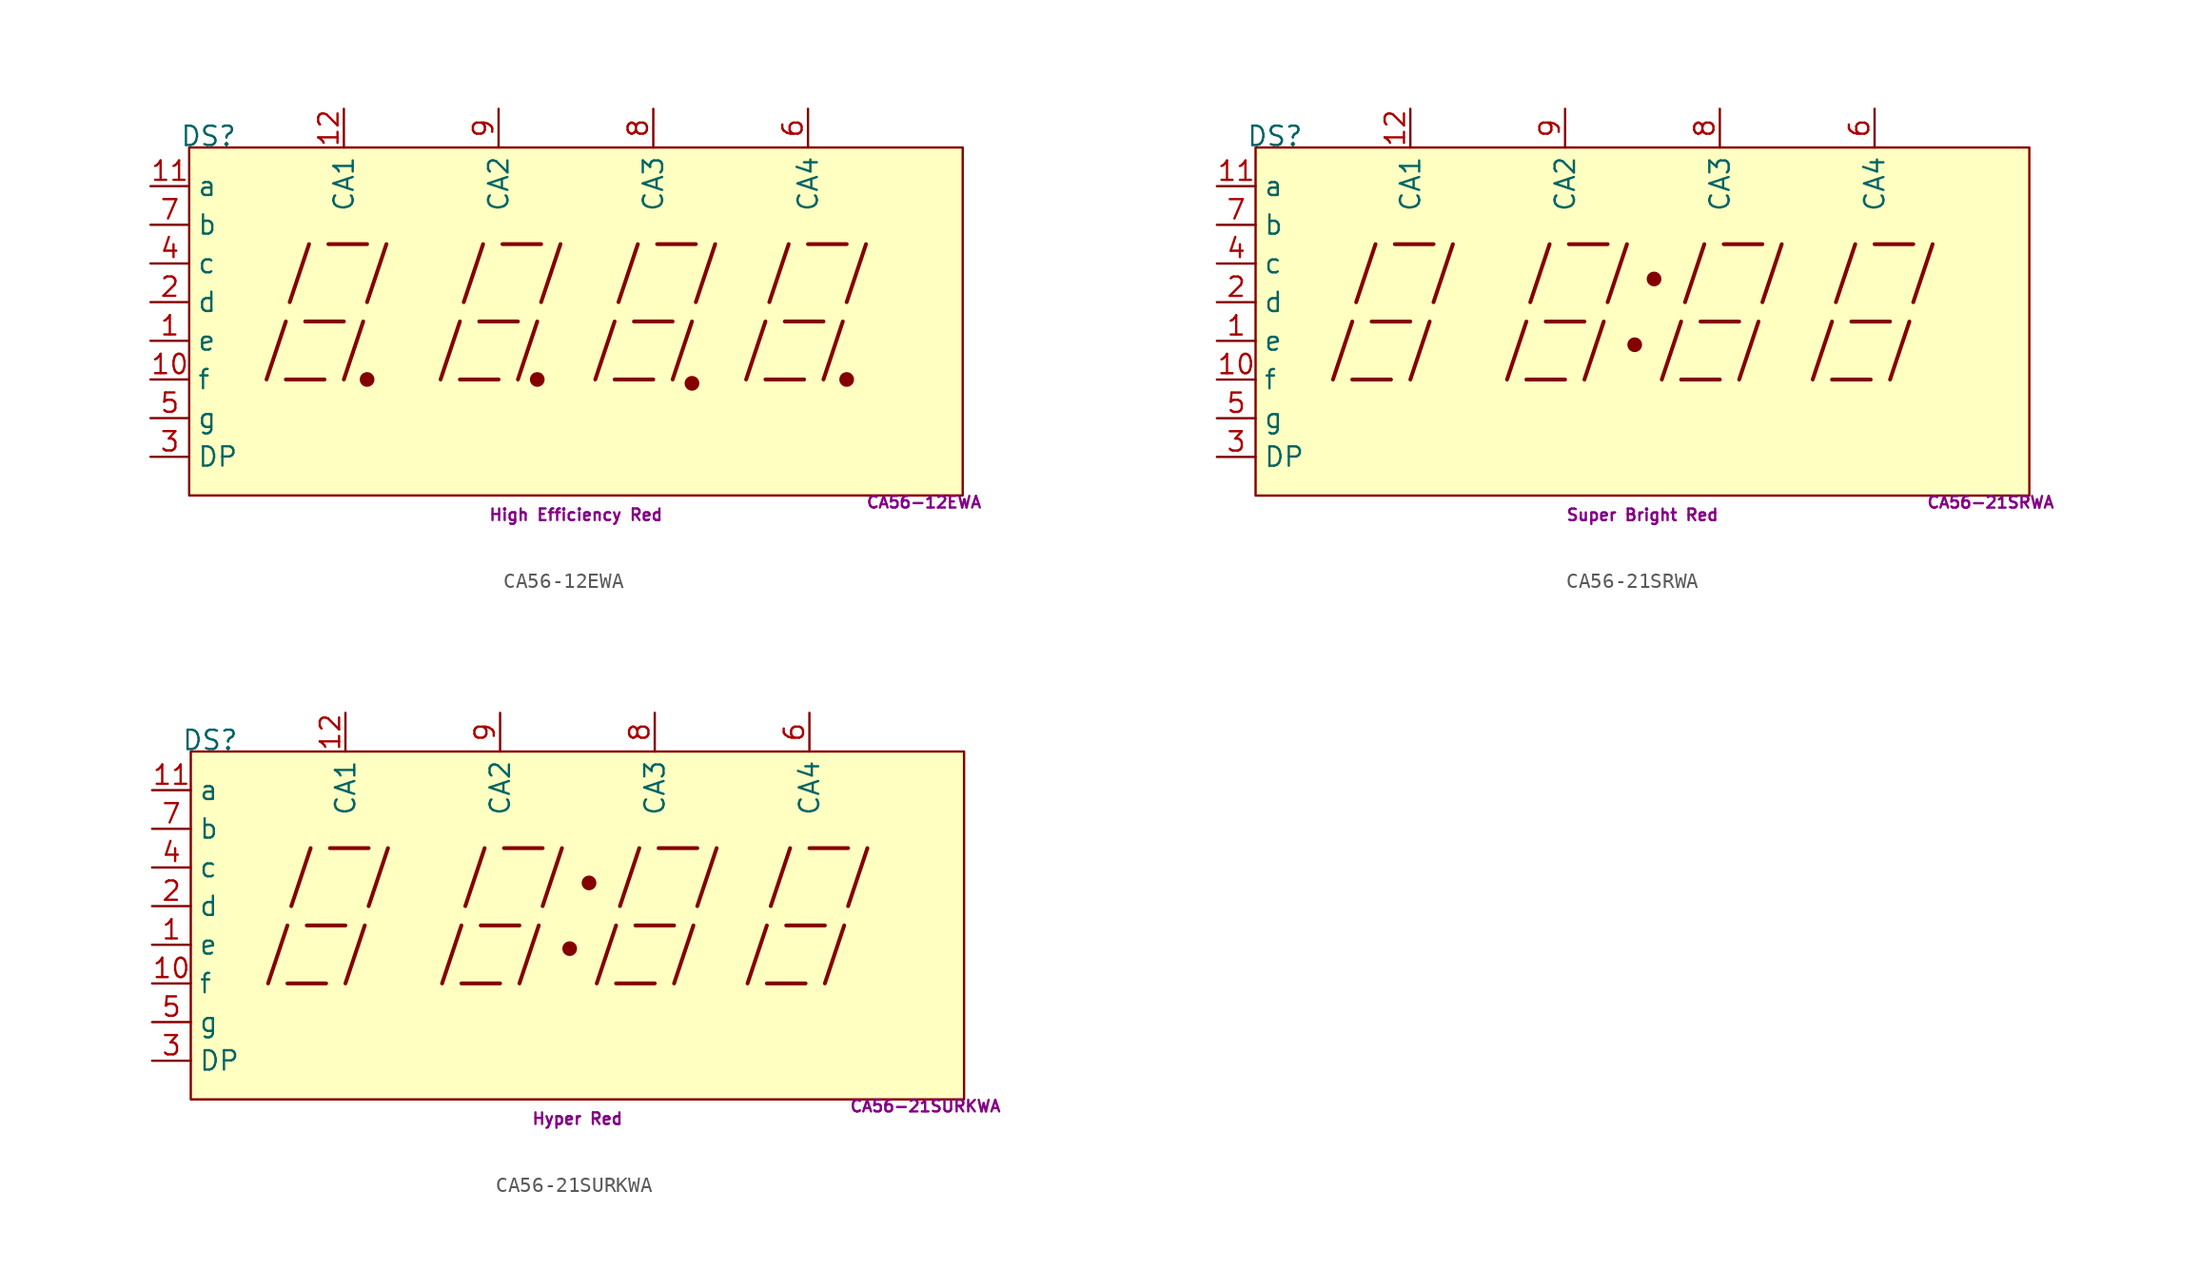
<source format=kicad_sym>
(kicad_symbol_lib
  (version 20211014)
  (generator kicad_symbol_editor)
  (symbol "CA56-12EWA"
    (property "Reference" "DS"
      (at -24.13 11.43 0)
      (effects (font (size 1.27 1.27)) (justify bottom)))
    (property "Color" "High Efficiency Red"
      (at 0 -12.7 0)
      (effects (font (size 0.762 0.762))))
    (property "Name" "CA56-12EWA"
      (at 22.86 -11.43 0)
      (effects (font (size 0.762 0.762)) (justify top)))
    (symbol "CA56-12EWA_0_0"
      (rectangle (start -25.4 -11.43) (end 25.4 11.43) (stroke (width 0) (type default) (color 0 0 0 0)) (fill (type background)))
      (polyline (pts (xy -20.32 -3.81) (xy -19.05 0)) (stroke (width 0.254) (type default) (color 0 0 0 0)) (fill (type none)))
      (polyline (pts (xy -19.05 -3.81) (xy -16.51 -3.81)) (stroke (width 0.254) (type default) (color 0 0 0 0)) (fill (type none)))
      (polyline (pts (xy -18.796 1.27) (xy -17.526 5.08)) (stroke (width 0.254) (type default) (color 0 0 0 0)) (fill (type none)))
      (polyline (pts (xy -17.78 0) (xy -15.24 0)) (stroke (width 0.254) (type default) (color 0 0 0 0)) (fill (type none)))
      (polyline (pts (xy -16.256 5.08) (xy -13.716 5.08)) (stroke (width 0.254) (type default) (color 0 0 0 0)) (fill (type none)))
      (polyline (pts (xy -15.24 -3.81) (xy -13.97 0)) (stroke (width 0.254) (type default) (color 0 0 0 0)) (fill (type none)))
      (polyline (pts (xy -13.716 1.27) (xy -12.446 5.08)) (stroke (width 0.254) (type default) (color 0 0 0 0)) (fill (type none)))
      (polyline (pts (xy -8.89 -3.81) (xy -7.62 0)) (stroke (width 0.254) (type default) (color 0 0 0 0)) (fill (type none)))
      (polyline (pts (xy -7.62 -3.81) (xy -5.08 -3.81)) (stroke (width 0.254) (type default) (color 0 0 0 0)) (fill (type none)))
      (polyline (pts (xy -7.366 1.27) (xy -6.096 5.08)) (stroke (width 0.254) (type default) (color 0 0 0 0)) (fill (type none)))
      (polyline (pts (xy -6.35 0) (xy -3.81 0)) (stroke (width 0.254) (type default) (color 0 0 0 0)) (fill (type none)))
      (polyline (pts (xy -4.826 5.08) (xy -2.286 5.08)) (stroke (width 0.254) (type default) (color 0 0 0 0)) (fill (type none)))
      (polyline (pts (xy -3.81 -3.81) (xy -2.54 0)) (stroke (width 0.254) (type default) (color 0 0 0 0)) (fill (type none)))
      (polyline (pts (xy -2.286 1.27) (xy -1.016 5.08)) (stroke (width 0.254) (type default) (color 0 0 0 0)) (fill (type none)))
      (polyline (pts (xy 1.27 -3.81) (xy 2.54 0)) (stroke (width 0.254) (type default) (color 0 0 0 0)) (fill (type none)))
      (polyline (pts (xy 2.54 -3.81) (xy 5.08 -3.81)) (stroke (width 0.254) (type default) (color 0 0 0 0)) (fill (type none)))
      (polyline (pts (xy 2.794 1.27) (xy 4.064 5.08)) (stroke (width 0.254) (type default) (color 0 0 0 0)) (fill (type none)))
      (polyline (pts (xy 3.81 0) (xy 6.35 0)) (stroke (width 0.254) (type default) (color 0 0 0 0)) (fill (type none)))
      (polyline (pts (xy 5.334 5.08) (xy 7.874 5.08)) (stroke (width 0.254) (type default) (color 0 0 0 0)) (fill (type none)))
      (polyline (pts (xy 6.35 -3.81) (xy 7.62 0)) (stroke (width 0.254) (type default) (color 0 0 0 0)) (fill (type none)))
      (polyline (pts (xy 7.874 1.27) (xy 9.144 5.08)) (stroke (width 0.254) (type default) (color 0 0 0 0)) (fill (type none)))
      (polyline (pts (xy 11.176 -3.81) (xy 12.446 0)) (stroke (width 0.254) (type default) (color 0 0 0 0)) (fill (type none)))
      (polyline (pts (xy 12.446 -3.81) (xy 14.986 -3.81)) (stroke (width 0.254) (type default) (color 0 0 0 0)) (fill (type none)))
      (polyline (pts (xy 12.7 1.27) (xy 13.97 5.08)) (stroke (width 0.254) (type default) (color 0 0 0 0)) (fill (type none)))
      (polyline (pts (xy 13.716 0) (xy 16.256 0)) (stroke (width 0.254) (type default) (color 0 0 0 0)) (fill (type none)))
      (polyline (pts (xy 15.24 5.08) (xy 17.78 5.08)) (stroke (width 0.254) (type default) (color 0 0 0 0)) (fill (type none)))
      (polyline (pts (xy 16.256 -3.81) (xy 17.526 0)) (stroke (width 0.254) (type default) (color 0 0 0 0)) (fill (type none)))
      (polyline (pts (xy 17.78 1.27) (xy 19.05 5.08)) (stroke (width 0.254) (type default) (color 0 0 0 0)) (fill (type none))))
    (symbol "CA56-12EWA_0_1"
      (circle (center -13.716 -3.81) (radius 0.356) (stroke (width 0.254) (type default) (color 0 0 0 0)) (fill (type outline)))
      (circle (center -2.54 -3.81) (radius 0.356) (stroke (width 0.254) (type default) (color 0 0 0 0)) (fill (type outline))))
    (symbol "CA56-12EWA_1_0"
      (circle (center 7.62 -4.064) (radius 0.356) (stroke (width 0.254) (type default) (color 0 0 0 0)) (fill (type outline)))
      (circle (center 17.78 -3.81) (radius 0.356) (stroke (width 0.254) (type default) (color 0 0 0 0)) (fill (type outline))))
    (symbol "CA56-12EWA_1_1"
      (pin passive line (at -27.94 -1.27 0) (length 2.54) (name "e" (effects (font (size 1.27 1.27)))) (number "1" (effects (font (size 1.27 1.27)))))
      (pin passive line (at -27.94 -3.81 0) (length 2.54) (name "f" (effects (font (size 1.27 1.27)))) (number "10" (effects (font (size 1.27 1.27)))))
      (pin passive line (at -27.94 8.89 0) (length 2.54) (name "a" (effects (font (size 1.27 1.27)))) (number "11" (effects (font (size 1.27 1.27)))))
      (pin passive line (at -15.24 13.97 270) (length 2.54) (name "CA1" (effects (font (size 1.27 1.27)))) (number "12" (effects (font (size 1.27 1.27)))))
      (pin passive line (at -27.94 1.27 0) (length 2.54) (name "d" (effects (font (size 1.27 1.27)))) (number "2" (effects (font (size 1.27 1.27)))))
      (pin passive line (at -27.94 -8.89 0) (length 2.54) (name "DP" (effects (font (size 1.27 1.27)))) (number "3" (effects (font (size 1.27 1.27)))))
      (pin passive line (at -27.94 3.81 0) (length 2.54) (name "c" (effects (font (size 1.27 1.27)))) (number "4" (effects (font (size 1.27 1.27)))))
      (pin passive line (at -27.94 -6.35 0) (length 2.54) (name "g" (effects (font (size 1.27 1.27)))) (number "5" (effects (font (size 1.27 1.27)))))
      (pin passive line (at 15.24 13.97 270) (length 2.54) (name "CA4" (effects (font (size 1.27 1.27)))) (number "6" (effects (font (size 1.27 1.27)))))
      (pin passive line (at -27.94 6.35 0) (length 2.54) (name "b" (effects (font (size 1.27 1.27)))) (number "7" (effects (font (size 1.27 1.27)))))
      (pin passive line (at 5.08 13.97 270) (length 2.54) (name "CA3" (effects (font (size 1.27 1.27)))) (number "8" (effects (font (size 1.27 1.27)))))
      (pin passive line (at -5.08 13.97 270) (length 2.54) (name "CA2" (effects (font (size 1.27 1.27)))) (number "9" (effects (font (size 1.27 1.27)))))))
  (symbol "CA56-21SRWA"
    (property "Reference" "DS"
      (at -24.13 11.43 0)
      (effects (font (size 1.27 1.27)) (justify bottom)))
    (property "Color" "Super Bright Red"
      (at 0 -12.7 0)
      (effects (font (size 0.762 0.762))))
    (property "Name" "CA56-21SRWA"
      (at 22.86 -11.43 0)
      (effects (font (size 0.762 0.762)) (justify top)))
    (symbol "CA56-21SRWA_0_0"
      (rectangle (start -25.4 -11.43) (end 25.4 11.43) (stroke (width 0) (type default) (color 0 0 0 0)) (fill (type background)))
      (polyline (pts (xy -20.32 -3.81) (xy -19.05 0)) (stroke (width 0.254) (type default) (color 0 0 0 0)) (fill (type none)))
      (polyline (pts (xy -19.05 -3.81) (xy -16.51 -3.81)) (stroke (width 0.254) (type default) (color 0 0 0 0)) (fill (type none)))
      (polyline (pts (xy -18.796 1.27) (xy -17.526 5.08)) (stroke (width 0.254) (type default) (color 0 0 0 0)) (fill (type none)))
      (polyline (pts (xy -17.78 0) (xy -15.24 0)) (stroke (width 0.254) (type default) (color 0 0 0 0)) (fill (type none)))
      (polyline (pts (xy -16.256 5.08) (xy -13.716 5.08)) (stroke (width 0.254) (type default) (color 0 0 0 0)) (fill (type none)))
      (polyline (pts (xy -15.24 -3.81) (xy -13.97 0)) (stroke (width 0.254) (type default) (color 0 0 0 0)) (fill (type none)))
      (polyline (pts (xy -13.716 1.27) (xy -12.446 5.08)) (stroke (width 0.254) (type default) (color 0 0 0 0)) (fill (type none)))
      (polyline (pts (xy -8.89 -3.81) (xy -7.62 0)) (stroke (width 0.254) (type default) (color 0 0 0 0)) (fill (type none)))
      (polyline (pts (xy -7.62 -3.81) (xy -5.08 -3.81)) (stroke (width 0.254) (type default) (color 0 0 0 0)) (fill (type none)))
      (polyline (pts (xy -7.366 1.27) (xy -6.096 5.08)) (stroke (width 0.254) (type default) (color 0 0 0 0)) (fill (type none)))
      (polyline (pts (xy -6.35 0) (xy -3.81 0)) (stroke (width 0.254) (type default) (color 0 0 0 0)) (fill (type none)))
      (polyline (pts (xy -4.826 5.08) (xy -2.286 5.08)) (stroke (width 0.254) (type default) (color 0 0 0 0)) (fill (type none)))
      (polyline (pts (xy -3.81 -3.81) (xy -2.54 0)) (stroke (width 0.254) (type default) (color 0 0 0 0)) (fill (type none)))
      (polyline (pts (xy -2.286 1.27) (xy -1.016 5.08)) (stroke (width 0.254) (type default) (color 0 0 0 0)) (fill (type none)))
      (polyline (pts (xy 1.27 -3.81) (xy 2.54 0)) (stroke (width 0.254) (type default) (color 0 0 0 0)) (fill (type none)))
      (polyline (pts (xy 2.54 -3.81) (xy 5.08 -3.81)) (stroke (width 0.254) (type default) (color 0 0 0 0)) (fill (type none)))
      (polyline (pts (xy 2.794 1.27) (xy 4.064 5.08)) (stroke (width 0.254) (type default) (color 0 0 0 0)) (fill (type none)))
      (polyline (pts (xy 3.81 0) (xy 6.35 0)) (stroke (width 0.254) (type default) (color 0 0 0 0)) (fill (type none)))
      (polyline (pts (xy 5.334 5.08) (xy 7.874 5.08)) (stroke (width 0.254) (type default) (color 0 0 0 0)) (fill (type none)))
      (polyline (pts (xy 6.35 -3.81) (xy 7.62 0)) (stroke (width 0.254) (type default) (color 0 0 0 0)) (fill (type none)))
      (polyline (pts (xy 7.874 1.27) (xy 9.144 5.08)) (stroke (width 0.254) (type default) (color 0 0 0 0)) (fill (type none)))
      (polyline (pts (xy 11.176 -3.81) (xy 12.446 0)) (stroke (width 0.254) (type default) (color 0 0 0 0)) (fill (type none)))
      (polyline (pts (xy 12.446 -3.81) (xy 14.986 -3.81)) (stroke (width 0.254) (type default) (color 0 0 0 0)) (fill (type none)))
      (polyline (pts (xy 12.7 1.27) (xy 13.97 5.08)) (stroke (width 0.254) (type default) (color 0 0 0 0)) (fill (type none)))
      (polyline (pts (xy 13.716 0) (xy 16.256 0)) (stroke (width 0.254) (type default) (color 0 0 0 0)) (fill (type none)))
      (polyline (pts (xy 15.24 5.08) (xy 17.78 5.08)) (stroke (width 0.254) (type default) (color 0 0 0 0)) (fill (type none)))
      (polyline (pts (xy 16.256 -3.81) (xy 17.526 0)) (stroke (width 0.254) (type default) (color 0 0 0 0)) (fill (type none)))
      (polyline (pts (xy 17.78 1.27) (xy 19.05 5.08)) (stroke (width 0.254) (type default) (color 0 0 0 0)) (fill (type none))))
    (symbol "CA56-21SRWA_0_1"
      (circle (center -0.508 -1.524) (radius 0.356) (stroke (width 0.254) (type default) (color 0 0 0 0)) (fill (type outline)))
      (circle (center 0.762 2.794) (radius 0.356) (stroke (width 0.254) (type default) (color 0 0 0 0)) (fill (type outline))))
    (symbol "CA56-21SRWA_1_1"
      (pin passive line (at -27.94 -1.27 0) (length 2.54) (name "e" (effects (font (size 1.27 1.27)))) (number "1" (effects (font (size 1.27 1.27)))))
      (pin passive line (at -27.94 -3.81 0) (length 2.54) (name "f" (effects (font (size 1.27 1.27)))) (number "10" (effects (font (size 1.27 1.27)))))
      (pin passive line (at -27.94 8.89 0) (length 2.54) (name "a" (effects (font (size 1.27 1.27)))) (number "11" (effects (font (size 1.27 1.27)))))
      (pin passive line (at -15.24 13.97 270) (length 2.54) (name "CA1" (effects (font (size 1.27 1.27)))) (number "12" (effects (font (size 1.27 1.27)))))
      (pin passive line (at -27.94 1.27 0) (length 2.54) (name "d" (effects (font (size 1.27 1.27)))) (number "2" (effects (font (size 1.27 1.27)))))
      (pin passive line (at -27.94 -8.89 0) (length 2.54) (name "DP" (effects (font (size 1.27 1.27)))) (number "3" (effects (font (size 1.27 1.27)))))
      (pin passive line (at -27.94 3.81 0) (length 2.54) (name "c" (effects (font (size 1.27 1.27)))) (number "4" (effects (font (size 1.27 1.27)))))
      (pin passive line (at -27.94 -6.35 0) (length 2.54) (name "g" (effects (font (size 1.27 1.27)))) (number "5" (effects (font (size 1.27 1.27)))))
      (pin passive line (at 15.24 13.97 270) (length 2.54) (name "CA4" (effects (font (size 1.27 1.27)))) (number "6" (effects (font (size 1.27 1.27)))))
      (pin passive line (at -27.94 6.35 0) (length 2.54) (name "b" (effects (font (size 1.27 1.27)))) (number "7" (effects (font (size 1.27 1.27)))))
      (pin passive line (at 5.08 13.97 270) (length 2.54) (name "CA3" (effects (font (size 1.27 1.27)))) (number "8" (effects (font (size 1.27 1.27)))))
      (pin passive line (at -5.08 13.97 270) (length 2.54) (name "CA2" (effects (font (size 1.27 1.27)))) (number "9" (effects (font (size 1.27 1.27)))))))
  (symbol "CA56-21SURKWA"
    (property "Reference" "DS"
      (at -24.13 11.43 0)
      (effects (font (size 1.27 1.27)) (justify bottom)))
    (property "Color" "Hyper Red"
      (at 0 -12.7 0)
      (effects (font (size 0.762 0.762))))
    (property "Name" "CA56-21SURKWA"
      (at 22.86 -11.43 0)
      (effects (font (size 0.762 0.762)) (justify top)))
    (symbol "CA56-21SURKWA_0_0"
      (rectangle (start -25.4 -11.43) (end 25.4 11.43) (stroke (width 0) (type default) (color 0 0 0 0)) (fill (type background)))
      (polyline (pts (xy -20.32 -3.81) (xy -19.05 0)) (stroke (width 0.254) (type default) (color 0 0 0 0)) (fill (type none)))
      (polyline (pts (xy -19.05 -3.81) (xy -16.51 -3.81)) (stroke (width 0.254) (type default) (color 0 0 0 0)) (fill (type none)))
      (polyline (pts (xy -18.796 1.27) (xy -17.526 5.08)) (stroke (width 0.254) (type default) (color 0 0 0 0)) (fill (type none)))
      (polyline (pts (xy -17.78 0) (xy -15.24 0)) (stroke (width 0.254) (type default) (color 0 0 0 0)) (fill (type none)))
      (polyline (pts (xy -16.256 5.08) (xy -13.716 5.08)) (stroke (width 0.254) (type default) (color 0 0 0 0)) (fill (type none)))
      (polyline (pts (xy -15.24 -3.81) (xy -13.97 0)) (stroke (width 0.254) (type default) (color 0 0 0 0)) (fill (type none)))
      (polyline (pts (xy -13.716 1.27) (xy -12.446 5.08)) (stroke (width 0.254) (type default) (color 0 0 0 0)) (fill (type none)))
      (polyline (pts (xy -8.89 -3.81) (xy -7.62 0)) (stroke (width 0.254) (type default) (color 0 0 0 0)) (fill (type none)))
      (polyline (pts (xy -7.62 -3.81) (xy -5.08 -3.81)) (stroke (width 0.254) (type default) (color 0 0 0 0)) (fill (type none)))
      (polyline (pts (xy -7.366 1.27) (xy -6.096 5.08)) (stroke (width 0.254) (type default) (color 0 0 0 0)) (fill (type none)))
      (polyline (pts (xy -6.35 0) (xy -3.81 0)) (stroke (width 0.254) (type default) (color 0 0 0 0)) (fill (type none)))
      (polyline (pts (xy -4.826 5.08) (xy -2.286 5.08)) (stroke (width 0.254) (type default) (color 0 0 0 0)) (fill (type none)))
      (polyline (pts (xy -3.81 -3.81) (xy -2.54 0)) (stroke (width 0.254) (type default) (color 0 0 0 0)) (fill (type none)))
      (polyline (pts (xy -2.286 1.27) (xy -1.016 5.08)) (stroke (width 0.254) (type default) (color 0 0 0 0)) (fill (type none)))
      (polyline (pts (xy 1.27 -3.81) (xy 2.54 0)) (stroke (width 0.254) (type default) (color 0 0 0 0)) (fill (type none)))
      (polyline (pts (xy 2.54 -3.81) (xy 5.08 -3.81)) (stroke (width 0.254) (type default) (color 0 0 0 0)) (fill (type none)))
      (polyline (pts (xy 2.794 1.27) (xy 4.064 5.08)) (stroke (width 0.254) (type default) (color 0 0 0 0)) (fill (type none)))
      (polyline (pts (xy 3.81 0) (xy 6.35 0)) (stroke (width 0.254) (type default) (color 0 0 0 0)) (fill (type none)))
      (polyline (pts (xy 5.334 5.08) (xy 7.874 5.08)) (stroke (width 0.254) (type default) (color 0 0 0 0)) (fill (type none)))
      (polyline (pts (xy 6.35 -3.81) (xy 7.62 0)) (stroke (width 0.254) (type default) (color 0 0 0 0)) (fill (type none)))
      (polyline (pts (xy 7.874 1.27) (xy 9.144 5.08)) (stroke (width 0.254) (type default) (color 0 0 0 0)) (fill (type none)))
      (polyline (pts (xy 11.176 -3.81) (xy 12.446 0)) (stroke (width 0.254) (type default) (color 0 0 0 0)) (fill (type none)))
      (polyline (pts (xy 12.446 -3.81) (xy 14.986 -3.81)) (stroke (width 0.254) (type default) (color 0 0 0 0)) (fill (type none)))
      (polyline (pts (xy 12.7 1.27) (xy 13.97 5.08)) (stroke (width 0.254) (type default) (color 0 0 0 0)) (fill (type none)))
      (polyline (pts (xy 13.716 0) (xy 16.256 0)) (stroke (width 0.254) (type default) (color 0 0 0 0)) (fill (type none)))
      (polyline (pts (xy 15.24 5.08) (xy 17.78 5.08)) (stroke (width 0.254) (type default) (color 0 0 0 0)) (fill (type none)))
      (polyline (pts (xy 16.256 -3.81) (xy 17.526 0)) (stroke (width 0.254) (type default) (color 0 0 0 0)) (fill (type none)))
      (polyline (pts (xy 17.78 1.27) (xy 19.05 5.08)) (stroke (width 0.254) (type default) (color 0 0 0 0)) (fill (type none))))
    (symbol "CA56-21SURKWA_0_1"
      (circle (center -0.508 -1.524) (radius 0.356) (stroke (width 0.254) (type default) (color 0 0 0 0)) (fill (type outline)))
      (circle (center 0.762 2.794) (radius 0.356) (stroke (width 0.254) (type default) (color 0 0 0 0)) (fill (type outline))))
    (symbol "CA56-21SURKWA_1_1"
      (pin passive line (at -27.94 -1.27 0) (length 2.54) (name "e" (effects (font (size 1.27 1.27)))) (number "1" (effects (font (size 1.27 1.27)))))
      (pin passive line (at -27.94 -3.81 0) (length 2.54) (name "f" (effects (font (size 1.27 1.27)))) (number "10" (effects (font (size 1.27 1.27)))))
      (pin passive line (at -27.94 8.89 0) (length 2.54) (name "a" (effects (font (size 1.27 1.27)))) (number "11" (effects (font (size 1.27 1.27)))))
      (pin passive line (at -15.24 13.97 270) (length 2.54) (name "CA1" (effects (font (size 1.27 1.27)))) (number "12" (effects (font (size 1.27 1.27)))))
      (pin passive line (at -27.94 1.27 0) (length 2.54) (name "d" (effects (font (size 1.27 1.27)))) (number "2" (effects (font (size 1.27 1.27)))))
      (pin passive line (at -27.94 -8.89 0) (length 2.54) (name "DP" (effects (font (size 1.27 1.27)))) (number "3" (effects (font (size 1.27 1.27)))))
      (pin passive line (at -27.94 3.81 0) (length 2.54) (name "c" (effects (font (size 1.27 1.27)))) (number "4" (effects (font (size 1.27 1.27)))))
      (pin passive line (at -27.94 -6.35 0) (length 2.54) (name "g" (effects (font (size 1.27 1.27)))) (number "5" (effects (font (size 1.27 1.27)))))
      (pin passive line (at 15.24 13.97 270) (length 2.54) (name "CA4" (effects (font (size 1.27 1.27)))) (number "6" (effects (font (size 1.27 1.27)))))
      (pin passive line (at -27.94 6.35 0) (length 2.54) (name "b" (effects (font (size 1.27 1.27)))) (number "7" (effects (font (size 1.27 1.27)))))
      (pin passive line (at 5.08 13.97 270) (length 2.54) (name "CA3" (effects (font (size 1.27 1.27)))) (number "8" (effects (font (size 1.27 1.27)))))
      (pin passive line (at -5.08 13.97 270) (length 2.54) (name "CA2" (effects (font (size 1.27 1.27)))) (number "9" (effects (font (size 1.27 1.27))))))))
</source>
